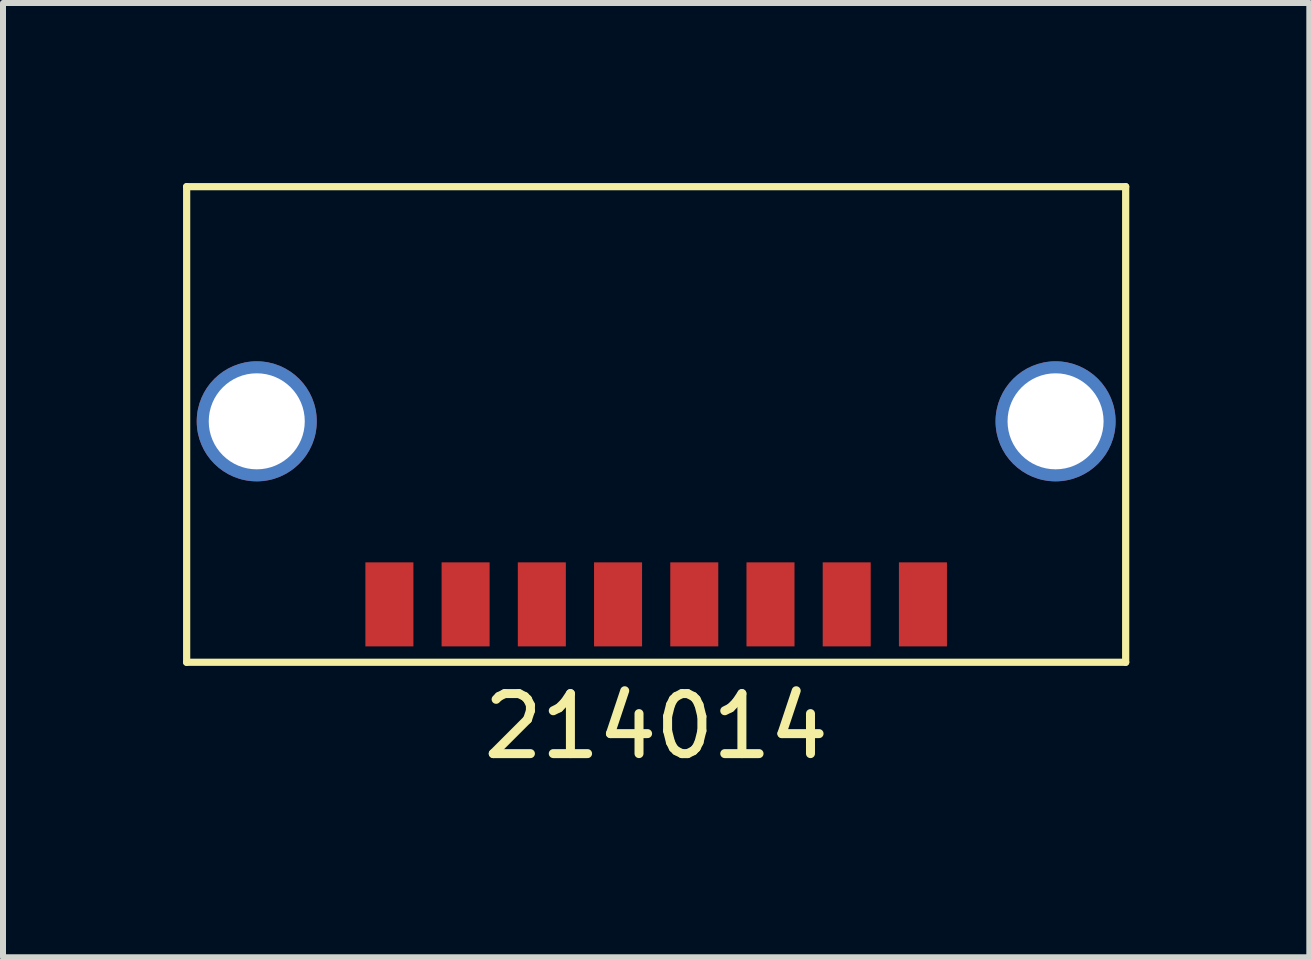
<source format=kicad_pcb>
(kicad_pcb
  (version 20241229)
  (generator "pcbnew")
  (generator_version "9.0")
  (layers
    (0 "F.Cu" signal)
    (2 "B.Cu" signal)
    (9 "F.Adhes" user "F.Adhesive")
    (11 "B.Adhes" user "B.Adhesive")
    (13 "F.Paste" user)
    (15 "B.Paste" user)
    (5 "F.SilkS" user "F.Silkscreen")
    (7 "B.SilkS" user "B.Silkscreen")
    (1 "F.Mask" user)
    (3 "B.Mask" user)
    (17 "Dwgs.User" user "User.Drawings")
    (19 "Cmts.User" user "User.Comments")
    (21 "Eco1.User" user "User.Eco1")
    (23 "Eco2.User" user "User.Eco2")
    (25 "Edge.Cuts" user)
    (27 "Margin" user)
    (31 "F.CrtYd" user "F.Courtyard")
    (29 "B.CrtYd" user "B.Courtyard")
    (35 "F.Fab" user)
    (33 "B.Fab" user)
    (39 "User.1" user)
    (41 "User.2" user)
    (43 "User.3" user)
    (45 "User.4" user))
  (footprint "214014"
    (layer "F.Cu")
    (at 7.883 7.02)
    (property "Reference" "214014" (at 0 2.032 0) (layer "F.SilkS") (effects (font (size 1 1) (thickness 0.15))))
    (attr through_hole)
    (fp_line (start -7.823 -6.96) (end 7.823 -6.96) (stroke (width 0.12) (type solid)) (layer "F.SilkS"))
    (fp_line (start -7.823 0.965) (end -7.823 -6.96) (stroke (width 0.12) (type solid)) (layer "F.SilkS"))
    (fp_line (start 7.823 -6.96) (end 7.823 0.965) (stroke (width 0.12) (type solid)) (layer "F.SilkS"))
    (fp_line (start 7.823 0.965) (end -7.823 0.965) (stroke (width 0.12) (type solid)) (layer "F.SilkS"))
    (pad "" smd rect (at -6.955 -5.5) (size 1.2 2.4) (layers "F.Paste"))
    (pad "" smd rect (at -6.955 -0.5) (size 1.2 2.4) (layers "F.Paste"))
    (pad "" thru_hole circle (at -6.655 -3.05) (size 2 2) (drill 1.6) (layers "*.Cu" "*.Mask"))
    (pad "" thru_hole circle (at 6.655 -3.05) (size 2 2) (drill 1.6) (layers "*.Cu" "*.Mask"))
    (pad "" smd rect (at 6.955 -5.5) (size 1.2 2.4) (layers "F.Paste"))
    (pad "" smd rect (at 6.955 -0.5) (size 1.2 2.4) (layers "F.Paste"))
    (pad "1" smd rect (at -4.445 0) (size 0.8 1.4) (layers "F.Cu" "F.Mask" "F.Paste"))
    (pad "2" smd rect (at -3.175 0) (size 0.8 1.4) (layers "F.Cu" "F.Mask" "F.Paste"))
    (pad "3" smd rect (at -1.905 0) (size 0.8 1.4) (layers "F.Cu" "F.Mask" "F.Paste"))
    (pad "4" smd rect (at -0.635 0) (size 0.8 1.4) (layers "F.Cu" "F.Mask" "F.Paste"))
    (pad "5" smd rect (at 0.635 0) (size 0.8 1.4) (layers "F.Cu" "F.Mask" "F.Paste"))
    (pad "6" smd rect (at 1.905 0) (size 0.8 1.4) (layers "F.Cu" "F.Mask" "F.Paste"))
    (pad "7" smd rect (at 3.175 0) (size 0.8 1.4) (layers "F.Cu" "F.Mask" "F.Paste"))
    (pad "8" smd rect (at 4.445 0) (size 0.8 1.4) (layers "F.Cu" "F.Mask" "F.Paste")))
  (gr_rect
    (start -3 -3)
    (end 18.766 12.9)
    (stroke (width 0.1) (type default))
    (fill no)
    (layer "Edge.Cuts")))
</source>
